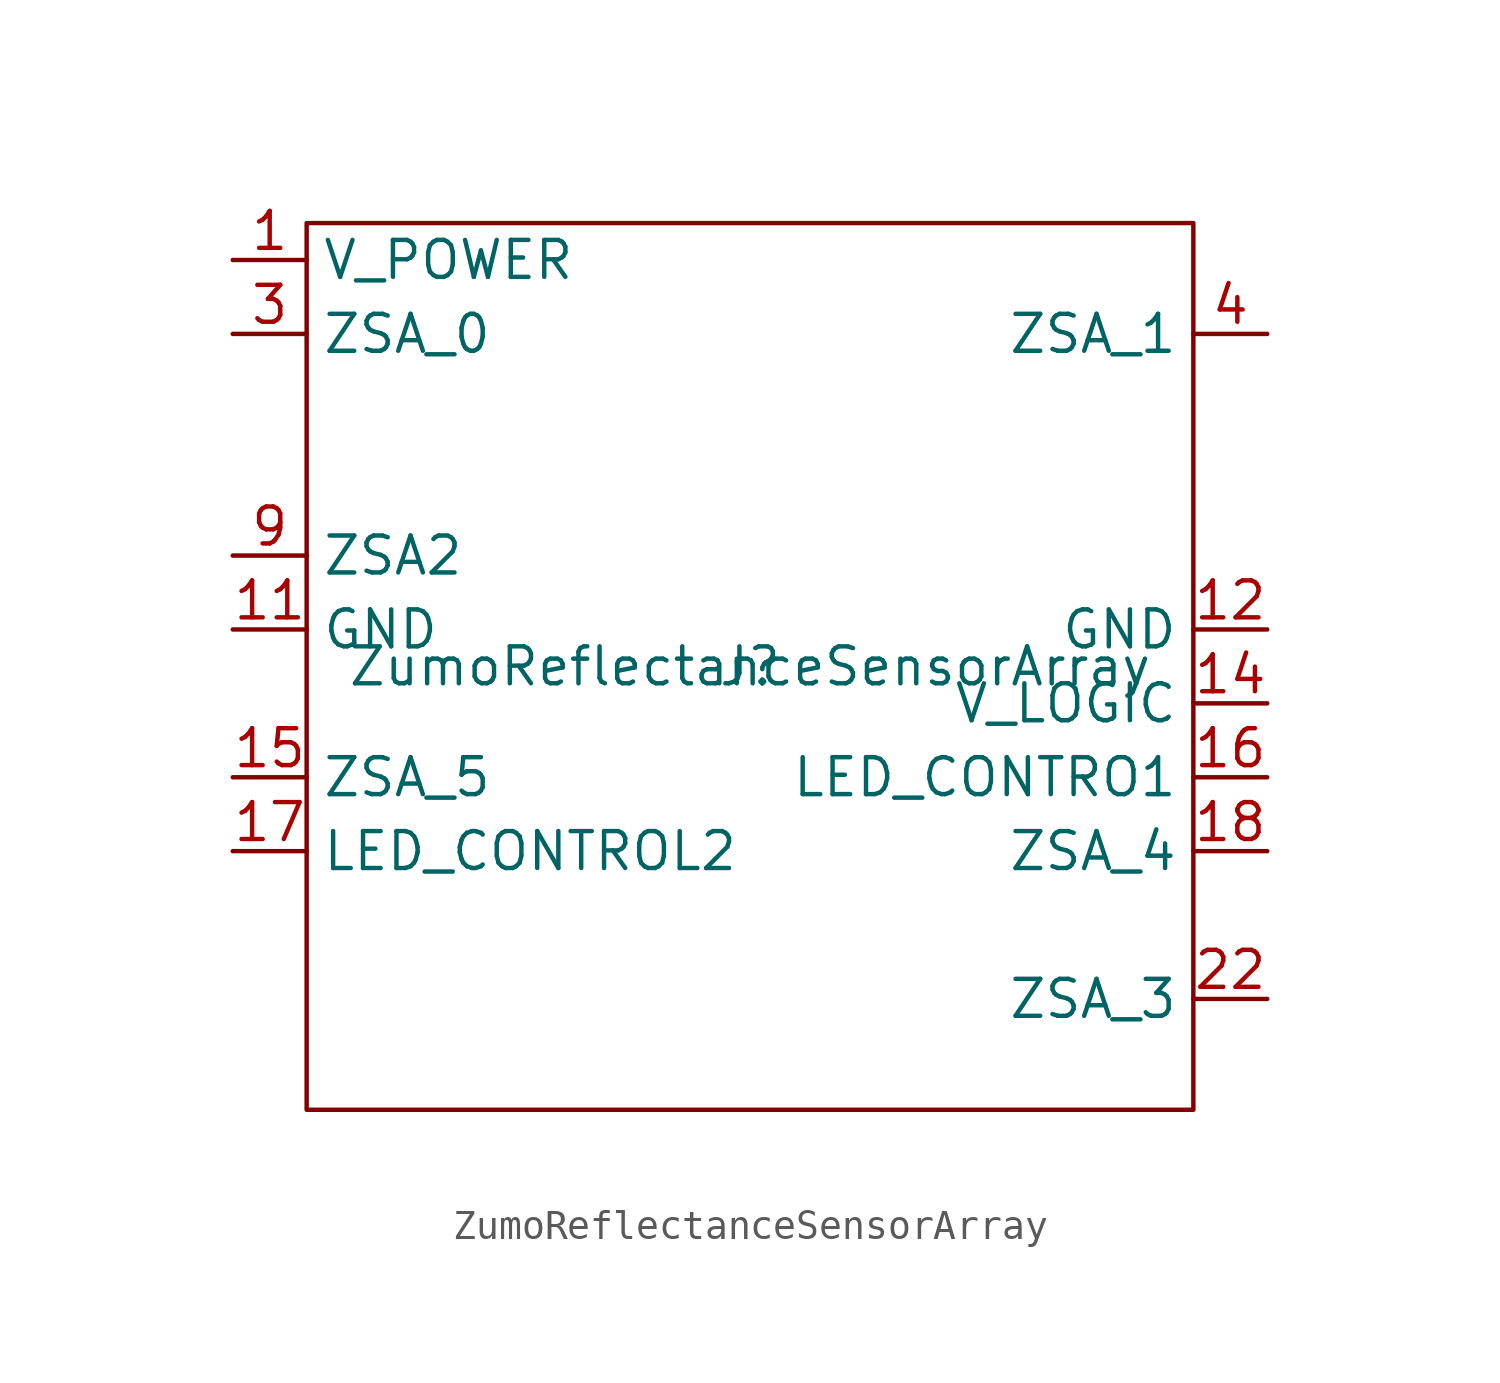
<source format=kicad_sym>
(kicad_symbol_lib
  (version 20211014)
  (generator kicad_symbol_editor)
  (symbol "ZumoReflectanceSensorArray"
    (property "Reference" "J"
      (at 0 1.27 0)
      (effects (font (size 1.27 1.27))))
    (property "Value" "ZumoReflectanceSensorArray"
      (at 0 1.27 0)
      (effects (font (size 1.27 1.27))))
    (symbol "ZumoReflectanceSensorArray_0_1"
      (rectangle (start -15.24 16.51) (end 15.24 -13.97) (stroke (width 0) (type default) (color 0 0 0 0)) (fill (type none))))
    (symbol "ZumoReflectanceSensorArray_1_1"
      (pin input line (at -17.78 15.24 0) (length 2.54) (name "V_POWER" (effects (font (size 1.27 1.27)))) (number "1" (effects (font (size 1.27 1.27)))))
      (pin no_connect line (at 17.78 5.08 180) (length 2.54) hide (name "DUD10" (effects (font (size 1.27 1.27)))) (number "10" (effects (font (size 1.27 1.27)))))
      (pin input line (at -17.78 2.54 0) (length 2.54) (name "GND" (effects (font (size 1.27 1.27)))) (number "11" (effects (font (size 1.27 1.27)))))
      (pin input line (at 17.78 2.54 180) (length 2.54) (name "GND" (effects (font (size 1.27 1.27)))) (number "12" (effects (font (size 1.27 1.27)))))
      (pin no_connect line (at -17.78 0 0) (length 2.54) hide (name "DUD13" (effects (font (size 1.27 1.27)))) (number "13" (effects (font (size 1.27 1.27)))))
      (pin input line (at 17.78 0 180) (length 2.54) (name "V_LOGIC" (effects (font (size 1.27 1.27)))) (number "14" (effects (font (size 1.27 1.27)))))
      (pin input line (at -17.78 -2.54 0) (length 2.54) (name "ZSA_5" (effects (font (size 1.27 1.27)))) (number "15" (effects (font (size 1.27 1.27)))))
      (pin input line (at 17.78 -2.54 180) (length 2.54) (name "LED_CONTRO1" (effects (font (size 1.27 1.27)))) (number "16" (effects (font (size 1.27 1.27)))))
      (pin input line (at -17.78 -5.08 0) (length 2.54) (name "LED_CONTROL2" (effects (font (size 1.27 1.27)))) (number "17" (effects (font (size 1.27 1.27)))))
      (pin input line (at 17.78 -5.08 180) (length 2.54) (name "ZSA_4" (effects (font (size 1.27 1.27)))) (number "18" (effects (font (size 1.27 1.27)))))
      (pin no_connect line (at -17.78 -7.62 0) (length 2.54) hide (name "DUD19" (effects (font (size 1.27 1.27)))) (number "19" (effects (font (size 1.27 1.27)))))
      (pin no_connect line (at 17.78 15.24 180) (length 2.54) hide (name "DUD2" (effects (font (size 1.27 1.27)))) (number "2" (effects (font (size 1.27 1.27)))))
      (pin no_connect line (at 17.78 -7.62 180) (length 2.54) hide (name "DUD20" (effects (font (size 1.27 1.27)))) (number "20" (effects (font (size 1.27 1.27)))))
      (pin no_connect line (at -17.78 -10.16 0) (length 2.54) hide (name "DUD21" (effects (font (size 1.27 1.27)))) (number "21" (effects (font (size 1.27 1.27)))))
      (pin input line (at 17.78 -10.16 180) (length 2.54) (name "ZSA_3" (effects (font (size 1.27 1.27)))) (number "22" (effects (font (size 1.27 1.27)))))
      (pin no_connect line (at -17.78 -12.7 0) (length 2.54) hide (name "DUD23" (effects (font (size 1.27 1.27)))) (number "23" (effects (font (size 1.27 1.27)))))
      (pin no_connect line (at 17.78 -12.7 180) (length 2.54) hide (name "DUD24" (effects (font (size 1.27 1.27)))) (number "24" (effects (font (size 1.27 1.27)))))
      (pin input line (at -17.78 12.7 0) (length 2.54) (name "ZSA_0" (effects (font (size 1.27 1.27)))) (number "3" (effects (font (size 1.27 1.27)))))
      (pin input line (at 17.78 12.7 180) (length 2.54) (name "ZSA_1" (effects (font (size 1.27 1.27)))) (number "4" (effects (font (size 1.27 1.27)))))
      (pin no_connect line (at -17.78 10.16 0) (length 2.54) hide (name "DUD5" (effects (font (size 1.27 1.27)))) (number "5" (effects (font (size 1.27 1.27)))))
      (pin no_connect line (at 17.78 10.16 180) (length 2.54) hide (name "DUD6" (effects (font (size 1.27 1.27)))) (number "6" (effects (font (size 1.27 1.27)))))
      (pin no_connect line (at -17.78 7.62 0) (length 2.54) hide (name "DUD7" (effects (font (size 1.27 1.27)))) (number "7" (effects (font (size 1.27 1.27)))))
      (pin no_connect line (at 17.78 7.62 180) (length 2.54) hide (name "DUD8" (effects (font (size 1.27 1.27)))) (number "8" (effects (font (size 1.27 1.27)))))
      (pin input line (at -17.78 5.08 0) (length 2.54) (name "ZSA2" (effects (font (size 1.27 1.27)))) (number "9" (effects (font (size 1.27 1.27))))))))
</source>
